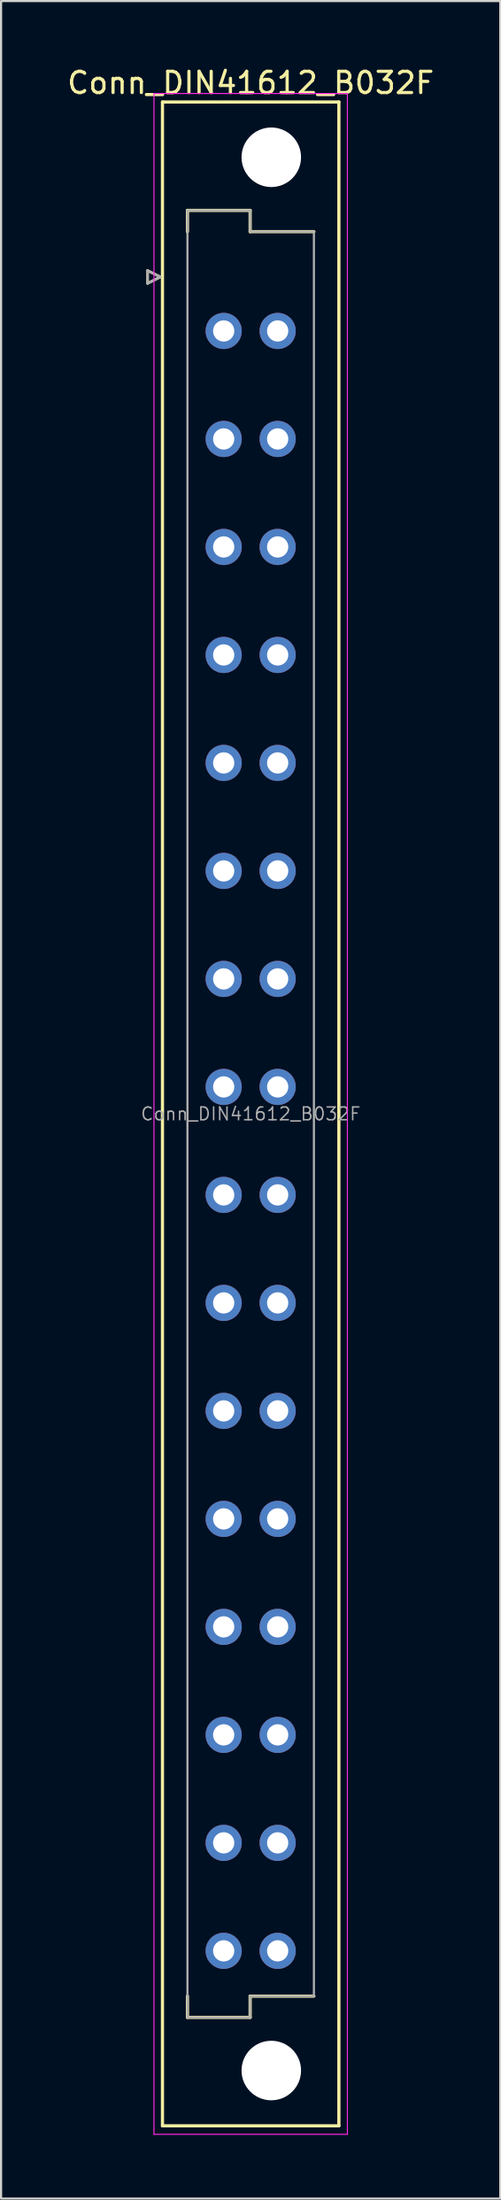
<source format=kicad_pcb>
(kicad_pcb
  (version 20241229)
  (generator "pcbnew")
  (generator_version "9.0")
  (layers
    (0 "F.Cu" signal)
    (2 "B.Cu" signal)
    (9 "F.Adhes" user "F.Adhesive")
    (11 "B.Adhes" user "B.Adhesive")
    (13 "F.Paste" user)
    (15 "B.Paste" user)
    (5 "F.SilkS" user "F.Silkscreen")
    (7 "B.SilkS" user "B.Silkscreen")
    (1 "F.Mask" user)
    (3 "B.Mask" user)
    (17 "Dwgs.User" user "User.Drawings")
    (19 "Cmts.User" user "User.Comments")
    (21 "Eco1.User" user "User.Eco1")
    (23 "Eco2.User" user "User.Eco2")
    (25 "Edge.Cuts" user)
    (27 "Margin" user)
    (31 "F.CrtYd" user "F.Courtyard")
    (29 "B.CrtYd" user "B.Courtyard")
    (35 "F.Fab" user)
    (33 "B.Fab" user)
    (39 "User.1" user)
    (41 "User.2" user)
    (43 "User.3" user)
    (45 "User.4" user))
  (footprint "Conn_DIN41612_B032F"
    (layer "F.Cu")
    (at 7.474 9.978)
    (property "Reference" "Conn_DIN41612_B032F" (at 1.27 -9.13 0) (layer "F.SilkS") (effects (font (size 1 1) (thickness 0.15))))
    (attr through_hole)
    (fp_line (start -3.58 -0.3) (end -3.58 0.3) (stroke (width 0.12) (type solid)) (layer "F.SilkS"))
    (fp_line (start -3.58 0.3) (end -2.98 0) (stroke (width 0.12) (type solid)) (layer "F.SilkS"))
    (fp_line (start -2.98 0) (end -3.58 -0.3) (stroke (width 0.12) (type solid)) (layer "F.SilkS"))
    (fp_line (start -2.88 -8.23) (end -2.88 86.97) (stroke (width 0.15) (type solid)) (layer "F.SilkS"))
    (fp_line (start -2.88 86.97) (end 5.42 86.97) (stroke (width 0.15) (type solid)) (layer "F.SilkS"))
    (fp_line (start -1.705 -3.13) (end 1.245 -3.13) (stroke (width 0.15) (type solid)) (layer "F.SilkS"))
    (fp_line (start -1.705 -2.13) (end -1.705 -3.13) (stroke (width 0.15) (type solid)) (layer "F.SilkS"))
    (fp_line (start -1.705 81.87) (end -1.705 80.87) (stroke (width 0.15) (type solid)) (layer "F.SilkS"))
    (fp_line (start 1.245 -3.13) (end 1.245 -2.13) (stroke (width 0.15) (type solid)) (layer "F.SilkS"))
    (fp_line (start 1.245 -2.13) (end 4.245 -2.13) (stroke (width 0.15) (type solid)) (layer "F.SilkS"))
    (fp_line (start 1.245 80.87) (end 1.245 81.87) (stroke (width 0.15) (type solid)) (layer "F.SilkS"))
    (fp_line (start 1.245 81.87) (end -1.705 81.87) (stroke (width 0.15) (type solid)) (layer "F.SilkS"))
    (fp_line (start 4.245 80.87) (end 1.245 80.87) (stroke (width 0.15) (type solid)) (layer "F.SilkS"))
    (fp_line (start 5.42 -8.23) (end -2.88 -8.23) (stroke (width 0.15) (type solid)) (layer "F.SilkS"))
    (fp_line (start 5.42 86.97) (end 5.42 -8.23) (stroke (width 0.15) (type solid)) (layer "F.SilkS"))
    (fp_line (start -3.28 -8.63) (end -3.28 87.37) (stroke (width 0.05) (type solid)) (layer "F.CrtYd"))
    (fp_line (start -3.28 87.37) (end 5.82 87.37) (stroke (width 0.05) (type solid)) (layer "F.CrtYd"))
    (fp_line (start 5.82 -8.63) (end -3.28 -8.63) (stroke (width 0.05) (type solid)) (layer "F.CrtYd"))
    (fp_line (start 5.82 87.37) (end 5.82 -8.63) (stroke (width 0.05) (type solid)) (layer "F.CrtYd"))
    (fp_line (start -3.58 -0.3) (end -3.58 0.3) (stroke (width 0.12) (type solid)) (layer "F.Fab"))
    (fp_line (start -3.58 0.3) (end -2.98 0) (stroke (width 0.12) (type solid)) (layer "F.Fab"))
    (fp_line (start -2.98 0) (end -3.58 -0.3) (stroke (width 0.12) (type solid)) (layer "F.Fab"))
    (fp_line (start -1.705 -3.13) (end 1.245 -3.13) (stroke (width 0.1) (type solid)) (layer "F.Fab"))
    (fp_line (start -1.705 -2.13) (end -1.705 -3.13) (stroke (width 0.1) (type solid)) (layer "F.Fab"))
    (fp_line (start -1.705 80.87) (end -1.705 -2.13) (stroke (width 0.1) (type solid)) (layer "F.Fab"))
    (fp_line (start -1.705 81.87) (end -1.705 80.87) (stroke (width 0.1) (type solid)) (layer "F.Fab"))
    (fp_line (start 1.245 -3.13) (end 1.245 -2.13) (stroke (width 0.1) (type solid)) (layer "F.Fab"))
    (fp_line (start 1.245 -2.13) (end 4.245 -2.13) (stroke (width 0.1) (type solid)) (layer "F.Fab"))
    (fp_line (start 1.245 80.87) (end 1.245 81.87) (stroke (width 0.1) (type solid)) (layer "F.Fab"))
    (fp_line (start 1.245 81.87) (end -1.705 81.87) (stroke (width 0.1) (type solid)) (layer "F.Fab"))
    (fp_line (start 4.245 -2.13) (end 4.245 80.87) (stroke (width 0.1) (type solid)) (layer "F.Fab"))
    (fp_line (start 4.245 80.87) (end 1.245 80.87) (stroke (width 0.1) (type solid)) (layer "F.Fab"))
    (fp_text user "${REFERENCE}" (at 1.27 39.37 0) (layer "F.Fab") (effects (font (size 0.6 0.6) (thickness 0.07))))
    (pad "" np_thru_hole circle (at 2.24 -5.63) (size 2.8 2.8) (drill 2.8) (layers "*.Cu" "*.Mask"))
    (pad "" np_thru_hole circle (at 2.24 84.37) (size 2.8 2.8) (drill 2.8) (layers "*.Cu" "*.Mask"))
    (pad "A2" thru_hole circle (at 0 2.54) (size 1.7 1.7) (drill 1) (layers "*.Cu" "*.Mask"))
    (pad "A4" thru_hole circle (at 0 7.62) (size 1.7 1.7) (drill 1) (layers "*.Cu" "*.Mask"))
    (pad "A6" thru_hole circle (at 0 12.7) (size 1.7 1.7) (drill 1) (layers "*.Cu" "*.Mask"))
    (pad "A8" thru_hole circle (at 0 17.78) (size 1.7 1.7) (drill 1) (layers "*.Cu" "*.Mask"))
    (pad "A10" thru_hole circle (at 0 22.86) (size 1.7 1.7) (drill 1) (layers "*.Cu" "*.Mask"))
    (pad "A12" thru_hole circle (at 0 27.94) (size 1.7 1.7) (drill 1) (layers "*.Cu" "*.Mask"))
    (pad "A14" thru_hole circle (at 0 33.02) (size 1.7 1.7) (drill 1) (layers "*.Cu" "*.Mask"))
    (pad "A16" thru_hole circle (at 0 38.1) (size 1.7 1.7) (drill 1) (layers "*.Cu" "*.Mask"))
    (pad "A18" thru_hole circle (at 0 43.18) (size 1.7 1.7) (drill 1) (layers "*.Cu" "*.Mask"))
    (pad "A20" thru_hole circle (at 0 48.26) (size 1.7 1.7) (drill 1) (layers "*.Cu" "*.Mask"))
    (pad "A22" thru_hole circle (at 0 53.34) (size 1.7 1.7) (drill 1) (layers "*.Cu" "*.Mask"))
    (pad "A24" thru_hole circle (at 0 58.42) (size 1.7 1.7) (drill 1) (layers "*.Cu" "*.Mask"))
    (pad "A26" thru_hole circle (at 0 63.5) (size 1.7 1.7) (drill 1) (layers "*.Cu" "*.Mask"))
    (pad "A28" thru_hole circle (at 0 68.58) (size 1.7 1.7) (drill 1) (layers "*.Cu" "*.Mask"))
    (pad "A30" thru_hole circle (at 0 73.66) (size 1.7 1.7) (drill 1) (layers "*.Cu" "*.Mask"))
    (pad "A32" thru_hole circle (at 0 78.74) (size 1.7 1.7) (drill 1) (layers "*.Cu" "*.Mask"))
    (pad "B2" thru_hole circle (at 2.54 2.54) (size 1.7 1.7) (drill 1) (layers "*.Cu" "*.Mask"))
    (pad "B4" thru_hole circle (at 2.54 7.62) (size 1.7 1.7) (drill 1) (layers "*.Cu" "*.Mask"))
    (pad "B6" thru_hole circle (at 2.54 12.7) (size 1.7 1.7) (drill 1) (layers "*.Cu" "*.Mask"))
    (pad "B8" thru_hole circle (at 2.54 17.78) (size 1.7 1.7) (drill 1) (layers "*.Cu" "*.Mask"))
    (pad "B10" thru_hole circle (at 2.54 22.86) (size 1.7 1.7) (drill 1) (layers "*.Cu" "*.Mask"))
    (pad "B12" thru_hole circle (at 2.54 27.94) (size 1.7 1.7) (drill 1) (layers "*.Cu" "*.Mask"))
    (pad "B14" thru_hole circle (at 2.54 33.02) (size 1.7 1.7) (drill 1) (layers "*.Cu" "*.Mask"))
    (pad "B16" thru_hole circle (at 2.54 38.1) (size 1.7 1.7) (drill 1) (layers "*.Cu" "*.Mask"))
    (pad "B18" thru_hole circle (at 2.54 43.18) (size 1.7 1.7) (drill 1) (layers "*.Cu" "*.Mask"))
    (pad "B20" thru_hole circle (at 2.54 48.26) (size 1.7 1.7) (drill 1) (layers "*.Cu" "*.Mask"))
    (pad "B22" thru_hole circle (at 2.54 53.34) (size 1.7 1.7) (drill 1) (layers "*.Cu" "*.Mask"))
    (pad "B24" thru_hole circle (at 2.54 58.42) (size 1.7 1.7) (drill 1) (layers "*.Cu" "*.Mask"))
    (pad "B26" thru_hole circle (at 2.54 63.5) (size 1.7 1.7) (drill 1) (layers "*.Cu" "*.Mask"))
    (pad "B28" thru_hole circle (at 2.54 68.58) (size 1.7 1.7) (drill 1) (layers "*.Cu" "*.Mask"))
    (pad "B30" thru_hole circle (at 2.54 73.66) (size 1.7 1.7) (drill 1) (layers "*.Cu" "*.Mask"))
    (pad "B32" thru_hole circle (at 2.54 78.74) (size 1.7 1.7) (drill 1) (layers "*.Cu" "*.Mask")))
  (gr_rect
    (start -3 -3)
    (end 20.488 100.373)
    (stroke (width 0.1) (type default))
    (fill no)
    (layer "Edge.Cuts")))
</source>
